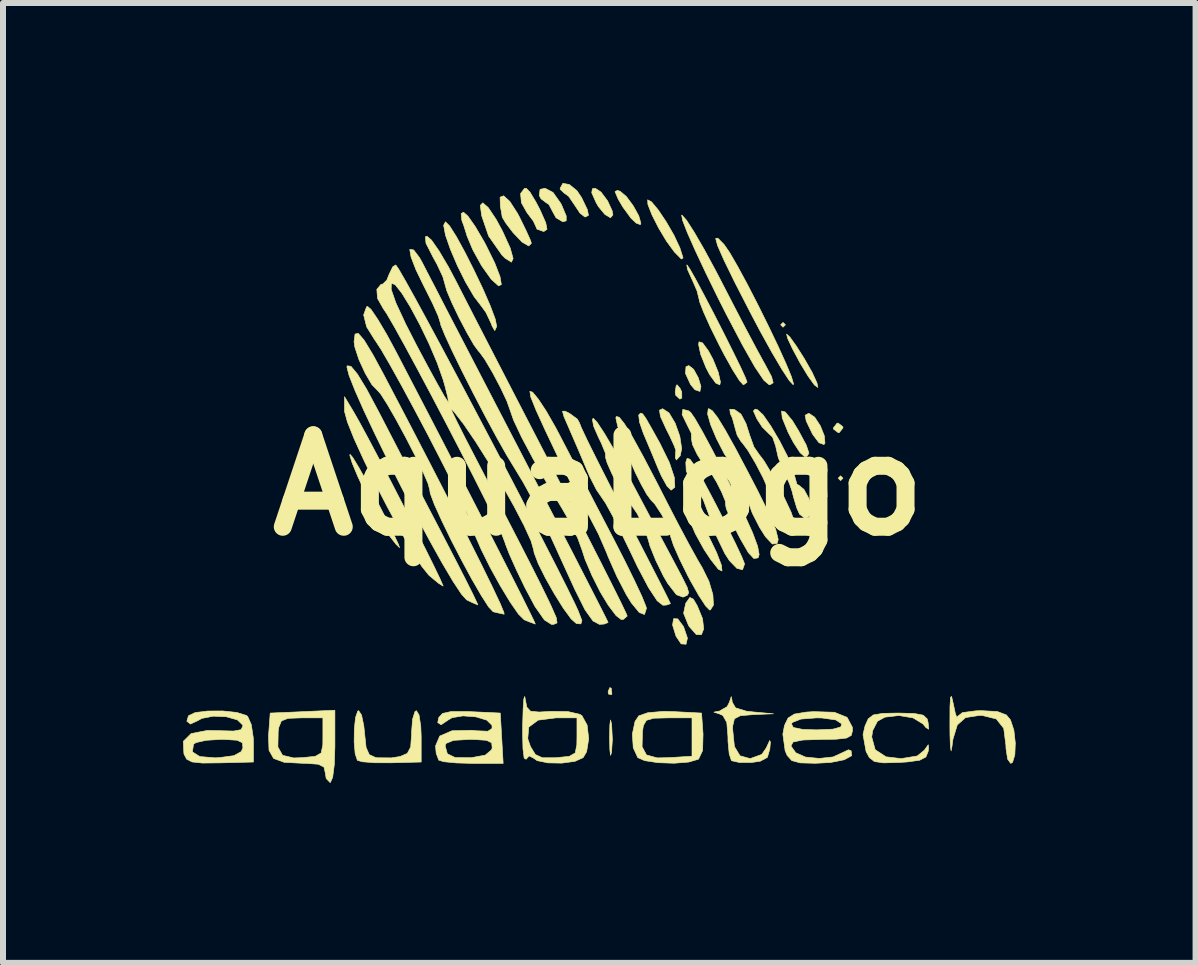
<source format=kicad_pcb>
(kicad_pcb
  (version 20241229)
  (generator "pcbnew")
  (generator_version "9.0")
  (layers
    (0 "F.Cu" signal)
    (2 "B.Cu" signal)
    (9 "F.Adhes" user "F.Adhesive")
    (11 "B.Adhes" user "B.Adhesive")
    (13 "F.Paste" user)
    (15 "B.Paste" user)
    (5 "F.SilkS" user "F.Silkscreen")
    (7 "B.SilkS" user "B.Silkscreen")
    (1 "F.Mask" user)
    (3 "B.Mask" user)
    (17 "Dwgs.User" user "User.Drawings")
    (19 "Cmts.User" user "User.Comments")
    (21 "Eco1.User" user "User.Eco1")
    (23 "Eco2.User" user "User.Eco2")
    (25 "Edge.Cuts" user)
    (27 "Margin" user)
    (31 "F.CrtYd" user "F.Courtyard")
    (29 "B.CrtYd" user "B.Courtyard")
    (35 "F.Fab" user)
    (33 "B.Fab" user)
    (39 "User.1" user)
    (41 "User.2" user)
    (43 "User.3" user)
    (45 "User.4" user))
  (footprint "AquaLogo"
    (layer "F.Cu")
    (at 6.924 5.039)
    (property "Reference" "AquaLogo" (at 0 0 0) (layer "F.SilkS") (effects (font (size 1.524 1.524) (thickness 0.3))))
    (attr through_hole)
    (fp_poly (pts (xy 3.115 -2.676) (xy 3.075 -2.636) (xy 3.035 -2.676) (xy 3.075 -2.716) (xy 3.115 -2.676)) (stroke (width 0.01) (type solid)) (fill yes) (layer "F.SilkS"))
    (fp_poly (pts (xy 4.074 -0.12) (xy 4.034 -0.08) (xy 3.994 -0.12) (xy 4.034 -0.16) (xy 4.074 -0.12)) (stroke (width 0.01) (type solid)) (fill yes) (layer "F.SilkS"))
    (fp_poly (pts (xy 0.213 3.381) (xy 0.223 3.476) (xy 0.213 3.488) (xy 0.166 3.477) (xy 0.16 3.435) (xy 0.189 3.369) (xy 0.213 3.381)) (stroke (width 0.01) (type solid)) (fill yes) (layer "F.SilkS"))
    (fp_poly (pts (xy 1.32 2.224) (xy 1.417 2.354) (xy 1.482 2.544) (xy 1.459 2.647) (xy 1.377 2.641) (xy 1.291 2.512) (xy 1.234 2.326) (xy 1.251 2.221) (xy 1.32 2.224)) (stroke (width 0.01) (type solid)) (fill yes) (layer "F.SilkS"))
    (fp_poly (pts (xy 1.361 -1.615) (xy 1.387 -1.558) (xy 1.388 -1.455) (xy 1.355 -1.438) (xy 1.287 -1.502) (xy 1.278 -1.558) (xy 1.295 -1.664) (xy 1.309 -1.677) (xy 1.361 -1.615)) (stroke (width 0.01) (type solid)) (fill yes) (layer "F.SilkS"))
    (fp_poly (pts (xy 3.802 0.032) (xy 3.809 0.188) (xy 3.775 0.25) (xy 3.689 0.267) (xy 3.642 0.192) (xy 3.635 0.036) (xy 3.669 -0.027) (xy 3.756 -0.044) (xy 3.802 0.032)) (stroke (width 0.01) (type solid)) (fill yes) (layer "F.SilkS"))
    (fp_poly (pts (xy 4.071 -0.978) (xy 4.074 -0.958) (xy 4.013 -0.881) (xy 3.994 -0.879) (xy 3.916 -0.939) (xy 3.914 -0.958) (xy 3.975 -1.036) (xy 3.994 -1.038) (xy 4.071 -0.978)) (stroke (width 0.01) (type solid)) (fill yes) (layer "F.SilkS"))
    (fp_poly (pts (xy 0.217 3.973) (xy 0.218 3.975) (xy 0.231 4.236) (xy 0.217 4.454) (xy 0.2 4.499) (xy 0.189 4.404) (xy 0.184 4.193) (xy 0.189 3.988) (xy 0.201 3.909) (xy 0.217 3.973)) (stroke (width 0.01) (type solid)) (fill yes) (layer "F.SilkS"))
    (fp_poly (pts (xy 1.585 -1.935) (xy 1.662 -1.795) (xy 1.707 -1.648) (xy 1.69 -1.566) (xy 1.607 -1.594) (xy 1.534 -1.681) (xy 1.449 -1.866) (xy 1.458 -1.978) (xy 1.505 -1.997) (xy 1.585 -1.935)) (stroke (width 0.01) (type solid)) (fill yes) (layer "F.SilkS"))
    (fp_poly (pts (xy 0.042 -4.888) (xy 0.151 -4.742) (xy 0.227 -4.578) (xy 0.24 -4.509) (xy 0.2 -4.46) (xy 0.108 -4.514) (xy -0.001 -4.645) (xy -0.04 -4.713) (xy -0.113 -4.877) (xy -0.102 -4.944) (xy -0.055 -4.952) (xy 0.042 -4.888)) (stroke (width 0.01) (type solid)) (fill yes) (layer "F.SilkS"))
    (fp_poly (pts (xy -1.837 -4.629) (xy -1.707 -4.435) (xy -1.6 -4.237) (xy -1.472 -3.957) (xy -1.423 -3.781) (xy -1.451 -3.72) (xy -1.556 -3.786) (xy -1.611 -3.841) (xy -1.831 -4.155) (xy -1.947 -4.493) (xy -1.97 -4.667) (xy -1.929 -4.709) (xy -1.837 -4.629)) (stroke (width 0.01) (type solid)) (fill yes) (layer "F.SilkS"))
    (fp_poly (pts (xy 0.361 -4.901) (xy 0.464 -4.814) (xy 0.579 -4.659) (xy 0.671 -4.492) (xy 0.706 -4.369) (xy 0.698 -4.345) (xy 0.628 -4.371) (xy 0.542 -4.452) (xy 0.404 -4.641) (xy 0.328 -4.771) (xy 0.275 -4.896) (xy 0.315 -4.916) (xy 0.361 -4.901)) (stroke (width 0.01) (type solid)) (fill yes) (layer "F.SilkS"))
    (fp_poly (pts (xy 1.58 1.895) (xy 1.645 2.005) (xy 1.734 2.221) (xy 1.753 2.392) (xy 1.714 2.489) (xy 1.63 2.486) (xy 1.513 2.354) (xy 1.499 2.331) (xy 1.418 2.131) (xy 1.452 1.97) (xy 1.455 1.963) (xy 1.522 1.867) (xy 1.58 1.895)) (stroke (width 0.01) (type solid)) (fill yes) (layer "F.SilkS"))
    (fp_poly (pts (xy 1.734 -2.375) (xy 1.831 -2.243) (xy 1.906 -2.105) (xy 1.996 -1.884) (xy 2.032 -1.723) (xy 2.021 -1.675) (xy 1.954 -1.705) (xy 1.852 -1.846) (xy 1.791 -1.963) (xy 1.703 -2.182) (xy 1.668 -2.347) (xy 1.675 -2.393) (xy 1.734 -2.375)) (stroke (width 0.01) (type solid)) (fill yes) (layer "F.SilkS"))
    (fp_poly (pts (xy 3.111 -1.224) (xy 3.231 -1.079) (xy 3.333 -0.912) (xy 3.462 -0.672) (xy 3.507 -0.538) (xy 3.474 -0.484) (xy 3.435 -0.479) (xy 3.359 -0.545) (xy 3.248 -0.716) (xy 3.16 -0.884) (xy 3.062 -1.124) (xy 3.05 -1.239) (xy 3.111 -1.224)) (stroke (width 0.01) (type solid)) (fill yes) (layer "F.SilkS"))
    (fp_poly (pts (xy 3.187 -2.475) (xy 3.296 -2.323) (xy 3.43 -2.112) (xy 3.561 -1.881) (xy 3.641 -1.707) (xy 3.655 -1.632) (xy 3.598 -1.674) (xy 3.49 -1.824) (xy 3.359 -2.041) (xy 3.233 -2.276) (xy 3.152 -2.449) (xy 3.134 -2.522) (xy 3.187 -2.475)) (stroke (width 0.01) (type solid)) (fill yes) (layer "F.SilkS"))
    (fp_poly (pts (xy 3.603 -1.136) (xy 3.697 -0.992) (xy 3.763 -0.827) (xy 3.774 -0.704) (xy 3.757 -0.681) (xy 3.674 -0.711) (xy 3.571 -0.847) (xy 3.558 -0.872) (xy 3.462 -1.072) (xy 3.443 -1.169) (xy 3.496 -1.198) (xy 3.512 -1.198) (xy 3.603 -1.136)) (stroke (width 0.01) (type solid)) (fill yes) (layer "F.SilkS"))
    (fp_poly (pts (xy -0.758 -4.882) (xy -0.627 -4.697) (xy -0.615 -4.673) (xy -0.538 -4.49) (xy -0.538 -4.409) (xy -0.595 -4.393) (xy -0.708 -4.46) (xy -0.759 -4.553) (xy -0.827 -4.682) (xy -0.875 -4.713) (xy -0.958 -4.776) (xy -0.987 -4.832) (xy -0.974 -4.933) (xy -0.891 -4.952) (xy -0.758 -4.882)) (stroke (width 0.01) (type solid)) (fill yes) (layer "F.SilkS"))
    (fp_poly (pts (xy -0.486 -5.014) (xy -0.36 -4.912) (xy -0.282 -4.796) (xy -0.186 -4.596) (xy -0.167 -4.5) (xy -0.22 -4.473) (xy -0.226 -4.473) (xy -0.308 -4.536) (xy -0.399 -4.673) (xy -0.498 -4.818) (xy -0.573 -4.872) (xy -0.637 -4.933) (xy -0.639 -4.952) (xy -0.594 -5.034) (xy -0.486 -5.014)) (stroke (width 0.01) (type solid)) (fill yes) (layer "F.SilkS"))
    (fp_poly (pts (xy -1.142 -4.887) (xy -1.041 -4.719) (xy -0.975 -4.593) (xy -0.879 -4.377) (xy -0.858 -4.267) (xy -0.907 -4.234) (xy -0.92 -4.233) (xy -1.025 -4.27) (xy -1.038 -4.301) (xy -1.086 -4.405) (xy -1.193 -4.547) (xy -1.285 -4.71) (xy -1.299 -4.863) (xy -1.235 -4.948) (xy -1.205 -4.952) (xy -1.142 -4.887)) (stroke (width 0.01) (type solid)) (fill yes) (layer "F.SilkS"))
    (fp_poly (pts (xy 0.883 -4.726) (xy 0.995 -4.591) (xy 1.128 -4.393) (xy 1.257 -4.17) (xy 1.354 -3.963) (xy 1.359 -3.95) (xy 1.409 -3.791) (xy 1.381 -3.772) (xy 1.268 -3.887) (xy 1.262 -3.894) (xy 1.133 -4.07) (xy 1.001 -4.291) (xy 0.89 -4.51) (xy 0.823 -4.682) (xy 0.819 -4.759) (xy 0.883 -4.726)) (stroke (width 0.01) (type solid)) (fill yes) (layer "F.SilkS"))
    (fp_poly (pts (xy 1.175 -1.208) (xy 1.278 -1.036) (xy 1.355 -0.819) (xy 1.386 -0.613) (xy 1.362 -0.494) (xy 1.298 -0.424) (xy 1.28 -0.459) (xy 1.286 -0.567) (xy 1.29 -0.579) (xy 1.264 -0.655) (xy 1.185 -0.826) (xy 1.128 -0.939) (xy 1.032 -1.149) (xy 1.016 -1.253) (xy 1.068 -1.278) (xy 1.175 -1.208)) (stroke (width 0.01) (type solid)) (fill yes) (layer "F.SilkS"))
    (fp_poly (pts (xy 1.502 0.248) (xy 1.603 0.413) (xy 1.74 0.66) (xy 1.814 0.801) (xy 1.968 1.12) (xy 2.049 1.331) (xy 2.058 1.426) (xy 1.998 1.398) (xy 1.87 1.236) (xy 1.76 1.07) (xy 1.614 0.806) (xy 1.503 0.545) (xy 1.443 0.33) (xy 1.449 0.203) (xy 1.454 0.197) (xy 1.502 0.248)) (stroke (width 0.01) (type solid)) (fill yes) (layer "F.SilkS"))
    (fp_poly (pts (xy -1.478 -4.732) (xy -1.349 -4.532) (xy -1.321 -4.479) (xy -1.21 -4.253) (xy -1.136 -4.089) (xy -1.118 -4.036) (xy -1.162 -3.99) (xy -1.273 -4.054) (xy -1.423 -4.211) (xy -1.542 -4.367) (xy -1.602 -4.465) (xy -1.604 -4.47) (xy -1.622 -4.577) (xy -1.636 -4.652) (xy -1.64 -4.803) (xy -1.581 -4.826) (xy -1.478 -4.732)) (stroke (width 0.01) (type solid)) (fill yes) (layer "F.SilkS"))
    (fp_poly (pts (xy -4.095 -0.464) (xy -3.992 -0.295) (xy -3.849 -0.038) (xy -3.699 0.245) (xy -3.537 0.561) (xy -3.411 0.817) (xy -3.333 0.985) (xy -3.315 1.038) (xy -3.375 0.98) (xy -3.487 0.837) (xy -3.511 0.804) (xy -3.621 0.627) (xy -3.754 0.383) (xy -3.891 0.109) (xy -4.014 -0.154) (xy -4.104 -0.37) (xy -4.144 -0.499) (xy -4.141 -0.518) (xy -4.095 -0.464)) (stroke (width 0.01) (type solid)) (fill yes) (layer "F.SilkS"))
    (fp_poly (pts (xy -2.176 -4.487) (xy -2.054 -4.313) (xy -1.909 -4.066) (xy -1.881 -4.014) (xy -1.729 -3.706) (xy -1.641 -3.478) (xy -1.619 -3.346) (xy -1.666 -3.325) (xy -1.782 -3.43) (xy -1.797 -3.448) (xy -1.949 -3.662) (xy -2.095 -3.926) (xy -2.192 -4.158) (xy -2.202 -4.193) (xy -2.246 -4.332) (xy -2.277 -4.413) (xy -2.289 -4.529) (xy -2.25 -4.553) (xy -2.176 -4.487)) (stroke (width 0.01) (type solid)) (fill yes) (layer "F.SilkS"))
    (fp_poly (pts (xy 0.736 -1.192) (xy 0.79 -1.116) (xy 0.885 -0.95) (xy 1.024 -0.7) (xy 1.18 -0.383) (xy 1.264 -0.132) (xy 1.272 0.03) (xy 1.21 0.08) (xy 1.142 0.013) (xy 1.048 -0.157) (xy 1.002 -0.26) (xy 0.886 -0.54) (xy 0.771 -0.813) (xy 0.747 -0.869) (xy 0.683 -1.055) (xy 0.67 -1.172) (xy 0.676 -1.181) (xy 0.704 -1.205) (xy 0.736 -1.192)) (stroke (width 0.01) (type solid)) (fill yes) (layer "F.SilkS"))
    (fp_poly (pts (xy -2.482 -4.325) (xy -2.368 -4.145) (xy -2.227 -3.887) (xy -2.075 -3.586) (xy -1.928 -3.278) (xy -1.805 -2.996) (xy -1.722 -2.775) (xy -1.697 -2.652) (xy -1.697 -2.648) (xy -1.729 -2.579) (xy -1.773 -2.655) (xy -1.787 -2.695) (xy -1.876 -2.882) (xy -1.943 -2.975) (xy -2.075 -3.148) (xy -2.216 -3.389) (xy -2.352 -3.662) (xy -2.468 -3.934) (xy -2.55 -4.17) (xy -2.581 -4.334) (xy -2.551 -4.393) (xy -2.482 -4.325)) (stroke (width 0.01) (type solid)) (fill yes) (layer "F.SilkS"))
    (fp_poly (pts (xy 2.093 -4.014) (xy 2.186 -3.879) (xy 2.32 -3.647) (xy 2.482 -3.348) (xy 2.657 -3.008) (xy 2.831 -2.657) (xy 2.992 -2.321) (xy 3.124 -2.03) (xy 3.215 -1.811) (xy 3.25 -1.692) (xy 3.244 -1.678) (xy 3.18 -1.746) (xy 3.057 -1.933) (xy 2.89 -2.216) (xy 2.693 -2.572) (xy 2.529 -2.883) (xy 2.271 -3.385) (xy 2.091 -3.754) (xy 1.985 -3.995) (xy 1.952 -4.115) (xy 1.989 -4.12) (xy 2.093 -4.014)) (stroke (width 0.01) (type solid)) (fill yes) (layer "F.SilkS"))
    (fp_poly (pts (xy 1.524 -0.436) (xy 1.607 -0.323) (xy 1.737 -0.098) (xy 1.923 0.254) (xy 1.957 0.319) (xy 2.135 0.669) (xy 2.284 0.97) (xy 2.388 1.191) (xy 2.433 1.305) (xy 2.434 1.311) (xy 2.4 1.406) (xy 2.306 1.382) (xy 2.181 1.253) (xy 2.105 1.135) (xy 1.968 0.851) (xy 1.854 0.54) (xy 1.841 0.493) (xy 1.746 0.24) (xy 1.623 0.031) (xy 1.588 -0.009) (xy 1.462 -0.237) (xy 1.455 -0.384) (xy 1.477 -0.451) (xy 1.524 -0.436)) (stroke (width 0.01) (type solid)) (fill yes) (layer "F.SilkS"))
    (fp_poly (pts (xy 1.465 -4.421) (xy 1.594 -4.221) (xy 1.762 -3.931) (xy 1.954 -3.576) (xy 2.041 -3.409) (xy 2.25 -3.004) (xy 2.45 -2.62) (xy 2.623 -2.294) (xy 2.749 -2.063) (xy 2.775 -2.017) (xy 2.884 -1.812) (xy 2.911 -1.71) (xy 2.86 -1.678) (xy 2.844 -1.677) (xy 2.756 -1.751) (xy 2.607 -1.972) (xy 2.398 -2.341) (xy 2.127 -2.857) (xy 1.998 -3.112) (xy 1.787 -3.543) (xy 1.611 -3.918) (xy 1.479 -4.216) (xy 1.401 -4.418) (xy 1.385 -4.504) (xy 1.391 -4.504) (xy 1.465 -4.421)) (stroke (width 0.01) (type solid)) (fill yes) (layer "F.SilkS"))
    (fp_poly (pts (xy 1.521 -3.608) (xy 1.622 -3.43) (xy 1.76 -3.171) (xy 1.92 -2.865) (xy 2.085 -2.542) (xy 2.239 -2.233) (xy 2.367 -1.972) (xy 2.451 -1.789) (xy 2.476 -1.719) (xy 2.417 -1.677) (xy 2.413 -1.677) (xy 2.351 -1.744) (xy 2.238 -1.922) (xy 2.094 -2.18) (xy 2.013 -2.336) (xy 1.864 -2.637) (xy 1.75 -2.891) (xy 1.685 -3.059) (xy 1.677 -3.099) (xy 1.643 -3.238) (xy 1.559 -3.432) (xy 1.555 -3.439) (xy 1.484 -3.597) (xy 1.471 -3.673) (xy 1.475 -3.674) (xy 1.521 -3.608)) (stroke (width 0.01) (type solid)) (fill yes) (layer "F.SilkS"))
    (fp_poly (pts (xy 1.897 -1.244) (xy 1.984 -1.132) (xy 2.109 -0.928) (xy 2.283 -0.616) (xy 2.512 -0.182) (xy 2.639 0.062) (xy 2.836 0.458) (xy 2.953 0.733) (xy 2.995 0.902) (xy 2.977 0.968) (xy 2.896 0.977) (xy 2.782 0.855) (xy 2.684 0.7) (xy 2.563 0.463) (xy 2.488 0.258) (xy 2.476 0.185) (xy 2.431 0.029) (xy 2.316 -0.188) (xy 2.236 -0.307) (xy 2.094 -0.531) (xy 1.966 -0.779) (xy 1.869 -1.01) (xy 1.818 -1.189) (xy 1.828 -1.275) (xy 1.84 -1.278) (xy 1.897 -1.244)) (stroke (width 0.01) (type solid)) (fill yes) (layer "F.SilkS"))
    (fp_poly (pts (xy -4.088 -1.238) (xy -3.988 -1.062) (xy -3.843 -0.794) (xy -3.665 -0.458) (xy -3.467 -0.08) (xy -3.263 0.316) (xy -3.064 0.703) (xy -2.885 1.057) (xy -2.738 1.354) (xy -2.636 1.567) (xy -2.591 1.671) (xy -2.591 1.677) (xy -2.669 1.629) (xy -2.809 1.512) (xy -2.826 1.498) (xy -2.945 1.35) (xy -3.109 1.093) (xy -3.304 0.757) (xy -3.513 0.371) (xy -3.722 -0.033) (xy -3.913 -0.426) (xy -4.073 -0.777) (xy -4.184 -1.055) (xy -4.232 -1.23) (xy -4.233 -1.245) (xy -4.233 -1.478) (xy -4.088 -1.238)) (stroke (width 0.01) (type solid)) (fill yes) (layer "F.SilkS"))
    (fp_poly (pts (xy -4.125 -1.984) (xy -4.02 -1.858) (xy -3.866 -1.606) (xy -3.658 -1.217) (xy -3.639 -1.18) (xy -3.425 -0.767) (xy -3.168 -0.27) (xy -2.895 0.256) (xy -2.635 0.754) (xy -2.581 0.859) (xy -2.383 1.241) (xy -2.215 1.569) (xy -2.091 1.817) (xy -2.022 1.963) (xy -2.012 1.991) (xy -2.095 1.957) (xy -2.197 1.908) (xy -2.282 1.815) (xy -2.421 1.605) (xy -2.602 1.3) (xy -2.812 0.924) (xy -3.041 0.498) (xy -3.277 0.045) (xy -3.508 -0.412) (xy -3.723 -0.851) (xy -3.911 -1.249) (xy -4.059 -1.584) (xy -4.157 -1.833) (xy -4.193 -1.973) (xy -4.188 -1.993) (xy -4.125 -1.984)) (stroke (width 0.01) (type solid)) (fill yes) (layer "F.SilkS"))
    (fp_poly (pts (xy -2.991 3.826) (xy -2.962 4.012) (xy -2.955 4.182) (xy -2.955 4.61) (xy -3.459 4.623) (xy -3.73 4.622) (xy -3.933 4.606) (xy -4.018 4.582) (xy -4.055 4.473) (xy -4.072 4.28) (xy -4.069 4.059) (xy -4.049 3.867) (xy -4.012 3.761) (xy -3.998 3.754) (xy -3.949 3.826) (xy -3.911 4.008) (xy -3.898 4.133) (xy -3.873 4.368) (xy -3.82 4.487) (xy -3.717 4.534) (xy -3.686 4.539) (xy -3.452 4.541) (xy -3.307 4.518) (xy -3.186 4.466) (xy -3.13 4.359) (xy -3.115 4.147) (xy -3.115 4.112) (xy -3.099 3.898) (xy -3.059 3.77) (xy -3.035 3.754) (xy -2.991 3.826)) (stroke (width 0.01) (type solid)) (fill yes) (layer "F.SilkS"))
    (fp_poly (pts (xy 2.648 -1.262) (xy 2.742 -1.176) (xy 2.873 -0.987) (xy 3.017 -0.743) (xy 3.148 -0.488) (xy 3.242 -0.268) (xy 3.273 -0.14) (xy 3.306 -0.021) (xy 3.342 0) (xy 3.424 0.067) (xy 3.506 0.218) (xy 3.557 0.384) (xy 3.551 0.485) (xy 3.451 0.557) (xy 3.351 0.481) (xy 3.305 0.379) (xy 3.25 0.197) (xy 3.227 0.103) (xy 3.182 -0.03) (xy 3.094 -0.225) (xy 3.083 -0.248) (xy 2.996 -0.462) (xy 2.956 -0.637) (xy 2.955 -0.647) (xy 2.901 -0.804) (xy 2.847 -0.855) (xy 2.729 -0.971) (xy 2.64 -1.108) (xy 2.581 -1.241) (xy 2.612 -1.271) (xy 2.648 -1.262)) (stroke (width 0.01) (type solid)) (fill yes) (layer "F.SilkS"))
    (fp_poly (pts (xy -1.098 -1.553) (xy -1.004 -1.439) (xy -0.872 -1.239) (xy -0.715 -0.965) (xy -0.658 -0.857) (xy -0.491 -0.536) (xy -0.276 -0.122) (xy -0.039 0.335) (xy 0.196 0.786) (xy 0.241 0.872) (xy 0.436 1.253) (xy 0.601 1.589) (xy 0.724 1.852) (xy 0.79 2.015) (xy 0.799 2.05) (xy 0.766 2.152) (xy 0.679 2.118) (xy 0.548 1.959) (xy 0.461 1.817) (xy 0.306 1.518) (xy 0.163 1.195) (xy 0.133 1.118) (xy 0.000368 0.813) (xy -0.16 0.505) (xy -0.199 0.439) (xy -0.383 0.113) (xy -0.616 -0.346) (xy -0.888 -0.919) (xy -1.041 -1.254) (xy -1.129 -1.473) (xy -1.144 -1.568) (xy -1.098 -1.553)) (stroke (width 0.01) (type solid)) (fill yes) (layer "F.SilkS"))
    (fp_poly (pts (xy 1.251 3.77) (xy 1.717 3.794) (xy 1.742 4.146) (xy 1.735 4.418) (xy 1.668 4.56) (xy 1.663 4.564) (xy 1.502 4.611) (xy 1.259 4.63) (xy 0.994 4.621) (xy 0.77 4.587) (xy 0.655 4.537) (xy 0.579 4.372) (xy 0.578 4.354) (xy 0.726 4.354) (xy 0.799 4.492) (xy 0.979 4.541) (xy 1.177 4.537) (xy 1.558 4.513) (xy 1.558 3.874) (xy 1.158 3.874) (xy 0.92 3.88) (xy 0.798 3.915) (xy 0.748 4.002) (xy 0.733 4.1) (xy 0.726 4.354) (xy 0.578 4.354) (xy 0.564 4.144) (xy 0.609 3.933) (xy 0.672 3.84) (xy 0.822 3.788) (xy 1.08 3.766) (xy 1.251 3.77)) (stroke (width 0.01) (type solid)) (fill yes) (layer "F.SilkS"))
    (fp_poly (pts (xy 2.263 -1.266) (xy 2.366 -1.194) (xy 2.38 -1.178) (xy 2.458 -1.03) (xy 2.519 -0.838) (xy 2.59 -0.641) (xy 2.675 -0.518) (xy 2.757 -0.411) (xy 2.883 -0.202) (xy 3.03 0.07) (xy 3.062 0.133) (xy 3.207 0.44) (xy 3.274 0.632) (xy 3.267 0.728) (xy 3.245 0.744) (xy 3.138 0.71) (xy 3.017 0.574) (xy 3.008 0.559) (xy 2.915 0.367) (xy 2.875 0.218) (xy 2.875 0.217) (xy 2.837 0.085) (xy 2.742 -0.128) (xy 2.617 -0.368) (xy 2.491 -0.581) (xy 2.394 -0.712) (xy 2.379 -0.725) (xy 2.312 -0.833) (xy 2.279 -0.945) (xy 2.231 -1.121) (xy 2.196 -1.198) (xy 2.188 -1.269) (xy 2.263 -1.266)) (stroke (width 0.01) (type solid)) (fill yes) (layer "F.SilkS"))
    (fp_poly (pts (xy 5.911 3.634) (xy 5.948 3.807) (xy 5.974 3.869) (xy 5.979 3.854) (xy 6.065 3.786) (xy 6.297 3.756) (xy 6.387 3.754) (xy 6.648 3.769) (xy 6.797 3.825) (xy 6.866 3.909) (xy 6.922 4.08) (xy 6.946 4.293) (xy 6.938 4.49) (xy 6.9 4.615) (xy 6.869 4.633) (xy 6.818 4.562) (xy 6.791 4.387) (xy 6.789 4.329) (xy 6.753 4.049) (xy 6.629 3.892) (xy 6.399 3.835) (xy 6.344 3.834) (xy 6.117 3.869) (xy 5.979 3.992) (xy 5.906 4.232) (xy 5.89 4.354) (xy 5.876 4.425) (xy 5.864 4.352) (xy 5.857 4.154) (xy 5.856 3.994) (xy 5.857 3.687) (xy 5.866 3.531) (xy 5.884 3.517) (xy 5.911 3.634)) (stroke (width 0.01) (type solid)) (fill yes) (layer "F.SilkS"))
    (fp_poly (pts (xy -0.48 -1.198) (xy -0.353 -1.105) (xy -0.319 -1.045) (xy -0.284 -0.957) (xy -0.186 -0.749) (xy -0.035 -0.445) (xy 0.157 -0.065) (xy 0.379 0.368) (xy 0.439 0.483) (xy 0.667 0.923) (xy 0.867 1.312) (xy 1.03 1.63) (xy 1.143 1.854) (xy 1.196 1.964) (xy 1.198 1.971) (xy 1.133 1.994) (xy 1.073 1.997) (xy 0.978 1.923) (xy 0.835 1.706) (xy 0.649 1.354) (xy 0.552 1.15) (xy 0.386 0.807) (xy 0.236 0.511) (xy 0.119 0.298) (xy 0.055 0.204) (xy -0.035 0.072) (xy -0.145 -0.144) (xy -0.19 -0.248) (xy -0.32 -0.556) (xy -0.459 -0.877) (xy -0.487 -0.942) (xy -0.576 -1.147) (xy -0.6 -1.236) (xy -0.556 -1.237) (xy -0.48 -1.198)) (stroke (width 0.01) (type solid)) (fill yes) (layer "F.SilkS"))
    (fp_poly (pts (xy 1.498 -1.244) (xy 1.536 -1.216) (xy 1.605 -1.117) (xy 1.729 -0.902) (xy 1.893 -0.597) (xy 2.083 -0.229) (xy 2.194 -0.007) (xy 2.416 0.452) (xy 2.567 0.787) (xy 2.652 1.015) (xy 2.677 1.153) (xy 2.659 1.207) (xy 2.589 1.219) (xy 2.496 1.119) (xy 2.364 0.891) (xy 2.321 0.809) (xy 2.205 0.566) (xy 2.131 0.391) (xy 2.116 0.32) (xy 2.118 0.319) (xy 2.113 0.26) (xy 2.055 0.118) (xy 1.97 -0.051) (xy 1.886 -0.19) (xy 1.844 -0.24) (xy 1.746 -0.353) (xy 1.643 -0.519) (xy 1.566 -0.68) (xy 1.549 -0.776) (xy 1.551 -0.779) (xy 1.546 -0.871) (xy 1.472 -1.019) (xy 1.393 -1.182) (xy 1.405 -1.267) (xy 1.498 -1.244)) (stroke (width 0.01) (type solid)) (fill yes) (layer "F.SilkS"))
    (fp_poly (pts (xy -4.393 4.349) (xy -4.403 4.653) (xy -4.43 4.864) (xy -4.469 4.952) (xy -4.473 4.952) (xy -4.538 4.885) (xy -4.553 4.792) (xy -4.575 4.695) (xy -4.669 4.647) (xy -4.874 4.632) (xy -4.932 4.631) (xy -5.238 4.615) (xy -5.414 4.551) (xy -5.491 4.414) (xy -5.493 4.36) (xy -5.343 4.36) (xy -5.265 4.498) (xy -5.079 4.542) (xy -4.933 4.537) (xy -4.72 4.515) (xy -4.622 4.459) (xy -4.594 4.324) (xy -4.593 4.193) (xy -4.593 3.874) (xy -4.952 3.874) (xy -5.175 3.882) (xy -5.285 3.926) (xy -5.328 4.032) (xy -5.338 4.1) (xy -5.343 4.36) (xy -5.493 4.36) (xy -5.499 4.179) (xy -5.497 4.146) (xy -5.471 3.794) (xy -4.393 3.747) (xy -4.393 4.349)) (stroke (width 0.01) (type solid)) (fill yes) (layer "F.SilkS"))
    (fp_poly (pts (xy 5.262 3.801) (xy 5.411 3.829) (xy 5.477 3.891) (xy 5.493 3.954) (xy 5.503 4.063) (xy 5.457 4.036) (xy 5.406 3.974) (xy 5.241 3.874) (xy 5.005 3.835) (xy 4.774 3.862) (xy 4.649 3.93) (xy 4.569 4.086) (xy 4.553 4.193) (xy 4.611 4.405) (xy 4.792 4.523) (xy 5.044 4.553) (xy 5.312 4.509) (xy 5.43 4.413) (xy 5.495 4.322) (xy 5.501 4.375) (xy 5.494 4.433) (xy 5.456 4.526) (xy 5.352 4.58) (xy 5.143 4.609) (xy 5.011 4.617) (xy 4.749 4.624) (xy 4.598 4.602) (xy 4.513 4.535) (xy 4.459 4.434) (xy 4.408 4.153) (xy 4.441 4.01) (xy 4.495 3.89) (xy 4.58 3.825) (xy 4.74 3.799) (xy 4.993 3.794) (xy 5.262 3.801)) (stroke (width 0.01) (type solid)) (fill yes) (layer "F.SilkS"))
    (fp_poly (pts (xy -0.023 -1.051) (xy 0.097 -0.869) (xy 0.258 -0.596) (xy 0.444 -0.26) (xy 0.486 -0.18) (xy 0.702 0.227) (xy 0.918 0.635) (xy 1.111 0.997) (xy 1.251 1.26) (xy 1.397 1.536) (xy 1.479 1.702) (xy 1.503 1.79) (xy 1.479 1.832) (xy 1.414 1.86) (xy 1.407 1.862) (xy 1.298 1.821) (xy 1.153 1.633) (xy 1.082 1.511) (xy 0.954 1.25) (xy 0.859 1.014) (xy 0.83 0.911) (xy 0.762 0.704) (xy 0.645 0.471) (xy 0.518 0.285) (xy 0.472 0.24) (xy 0.406 0.15) (xy 0.313 -0.016) (xy 0.217 -0.208) (xy 0.143 -0.377) (xy 0.115 -0.472) (xy 0.12 -0.479) (xy 0.113 -0.542) (xy 0.048 -0.702) (xy 0 -0.799) (xy -0.082 -0.988) (xy -0.102 -1.102) (xy -0.087 -1.118) (xy -0.023 -1.051)) (stroke (width 0.01) (type solid)) (fill yes) (layer "F.SilkS"))
    (fp_poly (pts (xy 2.225 3.579) (xy 2.227 3.61) (xy 2.284 3.707) (xy 2.458 3.761) (xy 2.576 3.775) (xy 2.915 3.806) (xy 2.576 3.82) (xy 2.363 3.838) (xy 2.265 3.889) (xy 2.237 4.006) (xy 2.236 4.067) (xy 2.265 4.352) (xy 2.358 4.506) (xy 2.527 4.553) (xy 2.721 4.483) (xy 2.797 4.373) (xy 2.853 4.251) (xy 2.865 4.278) (xy 2.855 4.393) (xy 2.814 4.533) (xy 2.694 4.597) (xy 2.553 4.617) (xy 2.35 4.618) (xy 2.222 4.589) (xy 2.214 4.583) (xy 2.178 4.474) (xy 2.158 4.269) (xy 2.157 4.186) (xy 2.138 3.951) (xy 2.073 3.835) (xy 2.017 3.809) (xy 1.923 3.779) (xy 1.984 3.765) (xy 2.011 3.763) (xy 2.143 3.688) (xy 2.181 3.614) (xy 2.212 3.52) (xy 2.225 3.579)) (stroke (width 0.01) (type solid)) (fill yes) (layer "F.SilkS"))
    (fp_poly (pts (xy -3.907 -2.422) (xy -3.759 -2.178) (xy -3.585 -1.857) (xy -3.187 -1.097) (xy -2.819 -0.388) (xy -2.488 0.256) (xy -2.198 0.826) (xy -1.956 1.309) (xy -1.768 1.693) (xy -1.639 1.967) (xy -1.576 2.119) (xy -1.573 2.147) (xy -1.702 2.119) (xy -1.757 2.105) (xy -1.831 2.026) (xy -1.954 1.834) (xy -2.111 1.563) (xy -2.284 1.243) (xy -2.457 0.908) (xy -2.612 0.589) (xy -2.734 0.321) (xy -2.804 0.133) (xy -2.814 0.068) (xy -2.841 -0.032) (xy -2.929 -0.234) (xy -3.06 -0.503) (xy -3.214 -0.802) (xy -3.373 -1.096) (xy -3.518 -1.348) (xy -3.63 -1.523) (xy -3.685 -1.585) (xy -3.776 -1.678) (xy -3.887 -1.867) (xy -3.991 -2.093) (xy -4.06 -2.301) (xy -4.074 -2.393) (xy -4.057 -2.522) (xy -4.004 -2.534) (xy -3.907 -2.422)) (stroke (width 0.01) (type solid)) (fill yes) (layer "F.SilkS"))
    (fp_poly (pts (xy -3.792 -2.934) (xy -3.679 -2.768) (xy -3.528 -2.513) (xy -3.386 -2.25) (xy -3.107 -1.714) (xy -2.814 -1.151) (xy -2.517 -0.577) (xy -2.225 -0.009) (xy -1.946 0.534) (xy -1.69 1.035) (xy -1.465 1.477) (xy -1.28 1.843) (xy -1.145 2.115) (xy -1.067 2.275) (xy -1.053 2.311) (xy -1.138 2.28) (xy -1.238 2.24) (xy -1.333 2.146) (xy -1.473 1.944) (xy -1.637 1.673) (xy -1.805 1.369) (xy -1.954 1.07) (xy -2.065 0.815) (xy -2.113 0.662) (xy -2.163 0.529) (xy -2.275 0.283) (xy -2.437 -0.047) (xy -2.633 -0.434) (xy -2.848 -0.851) (xy -3.07 -1.27) (xy -3.282 -1.663) (xy -3.471 -2.003) (xy -3.622 -2.263) (xy -3.72 -2.414) (xy -3.727 -2.422) (xy -3.864 -2.642) (xy -3.914 -2.841) (xy -3.866 -2.974) (xy -3.852 -2.984) (xy -3.792 -2.934)) (stroke (width 0.01) (type solid)) (fill yes) (layer "F.SilkS"))
    (fp_poly (pts (xy 0.345 -1.136) (xy 0.432 -1.027) (xy 0.564 -0.812) (xy 0.747 -0.479) (xy 0.988 -0.018) (xy 1.14 0.28) (xy 1.325 0.638) (xy 1.505 0.976) (xy 1.655 1.247) (xy 1.731 1.376) (xy 1.841 1.6) (xy 1.906 1.821) (xy 1.916 1.994) (xy 1.865 2.075) (xy 1.852 2.077) (xy 1.787 2.011) (xy 1.672 1.836) (xy 1.531 1.587) (xy 1.492 1.514) (xy 1.353 1.233) (xy 1.249 0.997) (xy 1.2 0.848) (xy 1.198 0.832) (xy 1.156 0.688) (xy 1.056 0.491) (xy 0.939 0.312) (xy 0.871 0.24) (xy 0.805 0.15) (xy 0.712 -0.016) (xy 0.616 -0.208) (xy 0.542 -0.377) (xy 0.514 -0.472) (xy 0.519 -0.479) (xy 0.513 -0.542) (xy 0.448 -0.701) (xy 0.404 -0.789) (xy 0.319 -0.988) (xy 0.289 -1.124) (xy 0.296 -1.148) (xy 0.345 -1.136)) (stroke (width 0.01) (type solid)) (fill yes) (layer "F.SilkS"))
    (fp_poly (pts (xy -1.222 3.554) (xy -1.195 3.696) (xy -1.133 3.763) (xy -0.99 3.777) (xy -0.793 3.766) (xy -0.511 3.769) (xy -0.314 3.814) (xy -0.277 3.836) (xy -0.19 3.994) (xy -0.163 4.221) (xy -0.198 4.438) (xy -0.256 4.537) (xy -0.394 4.599) (xy -0.611 4.628) (xy -0.842 4.624) (xy -1.023 4.587) (xy -1.084 4.544) (xy -1.156 4.508) (xy -1.207 4.564) (xy -1.239 4.546) (xy -1.259 4.388) (xy -1.263 4.221) (xy -1.179 4.221) (xy -1.134 4.352) (xy -1.052 4.485) (xy -0.935 4.539) (xy -0.723 4.539) (xy -0.699 4.537) (xy -0.486 4.515) (xy -0.388 4.458) (xy -0.361 4.322) (xy -0.359 4.193) (xy -0.359 3.874) (xy -0.71 3.874) (xy -1.006 3.912) (xy -1.162 4.028) (xy -1.179 4.221) (xy -1.263 4.221) (xy -1.265 4.109) (xy -1.264 3.994) (xy -1.256 3.721) (xy -1.244 3.555) (xy -1.229 3.517) (xy -1.222 3.554)) (stroke (width 0.01) (type solid)) (fill yes) (layer "F.SilkS"))
    (fp_poly (pts (xy -2.127 3.771) (xy -1.637 3.794) (xy -1.613 4.213) (xy -1.589 4.633) (xy -2.099 4.633) (xy -2.371 4.625) (xy -2.576 4.605) (xy -2.662 4.579) (xy -2.705 4.465) (xy -2.716 4.341) (xy -2.715 4.34) (xy -2.556 4.34) (xy -2.519 4.473) (xy -2.39 4.535) (xy -2.138 4.538) (xy -2.12 4.537) (xy -1.887 4.495) (xy -1.782 4.406) (xy -1.772 4.373) (xy -1.78 4.29) (xy -1.868 4.248) (xy -2.071 4.234) (xy -2.151 4.233) (xy -2.416 4.249) (xy -2.541 4.3) (xy -2.556 4.34) (xy -2.715 4.34) (xy -2.646 4.177) (xy -2.442 4.089) (xy -2.111 4.081) (xy -2.034 4.089) (xy -1.844 4.097) (xy -1.774 4.051) (xy -1.775 3.998) (xy -1.862 3.912) (xy -2.044 3.857) (xy -2.258 3.841) (xy -2.44 3.871) (xy -2.503 3.908) (xy -2.623 3.989) (xy -2.679 3.953) (xy -2.663 3.87) (xy -2.599 3.8) (xy -2.452 3.768) (xy -2.188 3.768) (xy -2.127 3.771)) (stroke (width 0.01) (type solid)) (fill yes) (layer "F.SilkS"))
    (fp_poly (pts (xy -3.08 -3.923) (xy -2.983 -3.796) (xy -2.933 -3.706) (xy -2.862 -3.567) (xy -2.725 -3.304) (xy -2.534 -2.933) (xy -2.295 -2.473) (xy -2.019 -1.941) (xy -1.714 -1.353) (xy -1.389 -0.727) (xy -1.308 -0.571) (xy -0.987 0.048) (xy -0.69 0.621) (xy -0.425 1.134) (xy -0.201 1.571) (xy -0.024 1.917) (xy 0.098 2.157) (xy 0.156 2.275) (xy 0.16 2.285) (xy 0.093 2.311) (xy 0.015 2.316) (xy -0.093 2.258) (xy -0.224 2.075) (xy -0.386 1.751) (xy -0.393 1.737) (xy -0.563 1.366) (xy -0.747 0.963) (xy -0.895 0.639) (xy -1.063 0.3) (xy -1.254 -0.049) (xy -1.394 -0.28) (xy -1.528 -0.5) (xy -1.698 -0.801) (xy -1.889 -1.155) (xy -2.085 -1.531) (xy -2.272 -1.9) (xy -2.435 -2.233) (xy -2.558 -2.499) (xy -2.627 -2.669) (xy -2.636 -2.709) (xy -2.671 -2.822) (xy -2.765 -3.032) (xy -2.897 -3.296) (xy -2.914 -3.329) (xy -3.042 -3.593) (xy -3.124 -3.806) (xy -3.145 -3.928) (xy -3.142 -3.935) (xy -3.08 -3.923)) (stroke (width 0.01) (type solid)) (fill yes) (layer "F.SilkS"))
    (fp_poly (pts (xy 3.932 3.781) (xy 4.143 3.866) (xy 4.23 4.029) (xy 4.233 4.083) (xy 4.214 4.165) (xy 4.134 4.21) (xy 3.958 4.23) (xy 3.714 4.233) (xy 3.407 4.243) (xy 3.243 4.276) (xy 3.207 4.343) (xy 3.283 4.449) (xy 3.291 4.457) (xy 3.448 4.527) (xy 3.68 4.55) (xy 3.91 4.525) (xy 4.056 4.458) (xy 4.166 4.406) (xy 4.21 4.423) (xy 4.22 4.504) (xy 4.096 4.572) (xy 3.866 4.618) (xy 3.612 4.631) (xy 3.361 4.624) (xy 3.222 4.587) (xy 3.144 4.5) (xy 3.11 4.421) (xy 3.072 4.145) (xy 3.099 4.002) (xy 3.112 3.974) (xy 3.215 3.974) (xy 3.246 4.034) (xy 3.401 4.066) (xy 3.634 4.074) (xy 3.906 4.062) (xy 4.037 4.026) (xy 4.054 3.974) (xy 3.953 3.908) (xy 3.726 3.876) (xy 3.634 3.874) (xy 3.374 3.894) (xy 3.231 3.95) (xy 3.215 3.974) (xy 3.112 3.974) (xy 3.159 3.877) (xy 3.263 3.811) (xy 3.46 3.778) (xy 3.587 3.77) (xy 3.932 3.781)) (stroke (width 0.01) (type solid)) (fill yes) (layer "F.SilkS"))
    (fp_poly (pts (xy -6.028 3.784) (xy -5.868 3.834) (xy -5.847 3.85) (xy -5.786 3.986) (xy -5.753 4.207) (xy -5.751 4.278) (xy -5.751 4.61) (xy -6.304 4.624) (xy -6.599 4.627) (xy -6.772 4.609) (xy -6.863 4.563) (xy -6.908 4.477) (xy -6.909 4.472) (xy -6.911 4.441) (xy -6.768 4.441) (xy -6.644 4.519) (xy -6.391 4.54) (xy -6.324 4.537) (xy -6.076 4.504) (xy -5.953 4.436) (xy -5.926 4.373) (xy -5.934 4.289) (xy -6.022 4.247) (xy -6.227 4.234) (xy -6.299 4.233) (xy -6.539 4.248) (xy -6.707 4.286) (xy -6.749 4.313) (xy -6.768 4.441) (xy -6.911 4.441) (xy -6.919 4.265) (xy -6.789 4.136) (xy -6.521 4.084) (xy -6.333 4.087) (xy -6.082 4.094) (xy -5.957 4.071) (xy -5.927 4.01) (xy -5.929 3.994) (xy -6.017 3.908) (xy -6.2 3.856) (xy -6.419 3.846) (xy -6.611 3.883) (xy -6.677 3.92) (xy -6.801 3.977) (xy -6.86 3.93) (xy -6.833 3.839) (xy -6.722 3.786) (xy -6.513 3.76) (xy -6.262 3.759) (xy -6.028 3.784)) (stroke (width 0.01) (type solid)) (fill yes) (layer "F.SilkS"))
    (fp_poly (pts (xy -2.782 -4.086) (xy -2.656 -3.905) (xy -2.5 -3.64) (xy -2.38 -3.414) (xy -2.25 -3.16) (xy -2.059 -2.788) (xy -1.819 -2.322) (xy -1.542 -1.785) (xy -1.241 -1.202) (xy -0.927 -0.595) (xy -0.763 -0.28) (xy -0.469 0.29) (xy -0.2 0.815) (xy 0.036 1.278) (xy 0.23 1.663) (xy 0.374 1.952) (xy 0.458 2.128) (xy 0.478 2.177) (xy 0.416 2.232) (xy 0.379 2.236) (xy 0.293 2.17) (xy 0.164 1.999) (xy 0.029 1.776) (xy -0.112 1.495) (xy -0.224 1.233) (xy -0.274 1.078) (xy -0.345 0.882) (xy -0.474 0.617) (xy -0.599 0.399) (xy -0.861 -0.038) (xy -1.094 -0.45) (xy -1.284 -0.808) (xy -1.415 -1.086) (xy -1.473 -1.253) (xy -1.527 -1.405) (xy -1.634 -1.631) (xy -1.765 -1.879) (xy -1.892 -2.095) (xy -1.988 -2.227) (xy -1.999 -2.236) (xy -2.076 -2.341) (xy -2.192 -2.543) (xy -2.323 -2.792) (xy -2.443 -3.042) (xy -2.528 -3.243) (xy -2.556 -3.342) (xy -2.594 -3.477) (xy -2.692 -3.686) (xy -2.759 -3.807) (xy -2.875 -4.035) (xy -2.885 -4.143) (xy -2.859 -4.153) (xy -2.782 -4.086)) (stroke (width 0.01) (type solid)) (fill yes) (layer "F.SilkS"))
    (fp_poly (pts (xy -3.331 -3.606) (xy -3.22 -3.414) (xy -3.055 -3.117) (xy -2.845 -2.731) (xy -2.6 -2.276) (xy -2.33 -1.769) (xy -2.044 -1.228) (xy -1.751 -0.672) (xy -1.461 -0.119) (xy -1.184 0.414) (xy -0.929 0.908) (xy -0.705 1.345) (xy -0.523 1.707) (xy -0.391 1.977) (xy -0.337 2.095) (xy -0.276 2.254) (xy -0.294 2.308) (xy -0.368 2.303) (xy -0.455 2.226) (xy -0.586 2.047) (xy -0.737 1.805) (xy -0.885 1.543) (xy -1.005 1.302) (xy -1.073 1.123) (xy -1.08 1.078) (xy -1.124 0.926) (xy -1.239 0.673) (xy -1.407 0.35) (xy -1.61 -0.012) (xy -1.83 -0.382) (xy -2.048 -0.728) (xy -2.247 -1.02) (xy -2.407 -1.226) (xy -2.457 -1.278) (xy -2.438 -1.226) (xy -2.356 -1.057) (xy -2.224 -0.794) (xy -2.052 -0.462) (xy -1.978 -0.319) (xy -1.63 0.348) (xy -1.349 0.891) (xy -1.128 1.323) (xy -0.958 1.661) (xy -0.831 1.921) (xy -0.786 2.017) (xy -0.703 2.206) (xy -0.691 2.292) (xy -0.748 2.316) (xy -0.785 2.316) (xy -0.902 2.242) (xy -1.058 2.019) (xy -1.228 1.7) (xy -1.371 1.402) (xy -1.485 1.148) (xy -1.551 0.979) (xy -1.56 0.948) (xy -1.606 0.829) (xy -1.716 0.592) (xy -1.877 0.263) (xy -2.077 -0.135) (xy -2.304 -0.579) (xy -2.545 -1.044) (xy -2.788 -1.507) (xy -3.021 -1.944) (xy -3.23 -2.331) (xy -3.404 -2.645) (xy -3.53 -2.862) (xy -3.59 -2.951) (xy -3.683 -3.116) (xy -3.694 -3.266) (xy -3.455 -3.266) (xy -3.377 -3.042) (xy -3.214 -2.691) (xy -3.028 -2.327) (xy -2.842 -1.978) (xy -2.684 -1.689) (xy -2.568 -1.484) (xy -2.507 -1.389) (xy -2.502 -1.385) (xy -2.511 -1.466) (xy -2.557 -1.648) (xy -2.589 -1.761) (xy -2.69 -2.046) (xy -2.825 -2.363) (xy -2.979 -2.681) (xy -3.134 -2.97) (xy -3.276 -3.201) (xy -3.388 -3.344) (xy -3.452 -3.369) (xy -3.455 -3.266) (xy -3.694 -3.266) (xy -3.694 -3.267) (xy -3.624 -3.351) (xy -3.595 -3.355) (xy -3.528 -3.421) (xy -3.491 -3.514) (xy -3.428 -3.644) (xy -3.379 -3.674) (xy -3.331 -3.606)) (stroke (width 0.01) (type solid)) (fill yes) (layer "F.SilkS")))
  (gr_rect
    (start -3 -3)
    (end 16.874 12.996)
    (stroke (width 0.1) (type default))
    (fill no)
    (layer "Edge.Cuts")))
</source>
